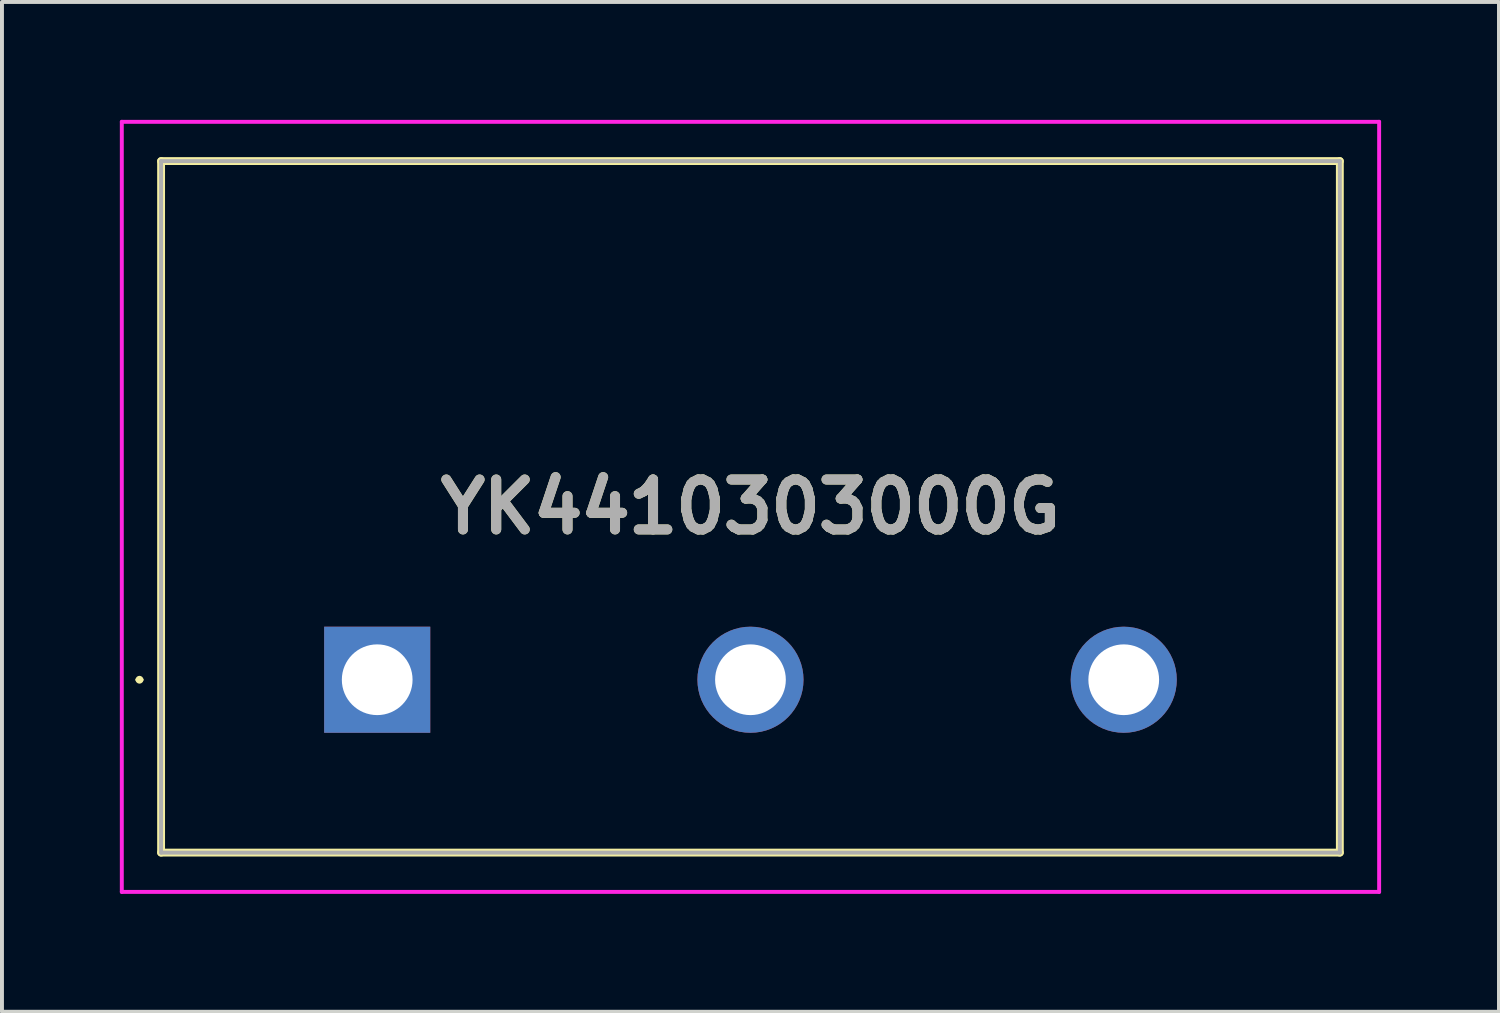
<source format=kicad_pcb>
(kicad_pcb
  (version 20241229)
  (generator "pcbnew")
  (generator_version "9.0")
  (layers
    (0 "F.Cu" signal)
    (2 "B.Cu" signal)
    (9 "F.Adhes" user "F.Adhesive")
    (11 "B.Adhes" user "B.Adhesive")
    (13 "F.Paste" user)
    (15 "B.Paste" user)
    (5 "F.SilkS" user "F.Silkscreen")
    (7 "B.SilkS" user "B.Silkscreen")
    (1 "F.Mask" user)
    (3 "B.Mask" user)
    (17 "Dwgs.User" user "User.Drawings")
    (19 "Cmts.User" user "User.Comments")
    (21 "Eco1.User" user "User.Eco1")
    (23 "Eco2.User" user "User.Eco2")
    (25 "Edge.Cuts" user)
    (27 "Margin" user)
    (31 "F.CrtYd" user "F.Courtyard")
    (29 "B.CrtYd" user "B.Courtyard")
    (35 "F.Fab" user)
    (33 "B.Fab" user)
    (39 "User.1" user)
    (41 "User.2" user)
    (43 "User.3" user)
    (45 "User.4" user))
  (footprint "YK4410303000G"
    (layer "F.Cu")
    (at 6.55 14.25)
    (property "Reference" "YK4410303000G" (at 9.5 -4.4 0) (layer "F.SilkS") (effects (font (size 1.27 1.27) (thickness 0.254))))
    (attr through_hole)
    (fp_line (start -6.1 0) (end -6.1 0) (stroke (width 0.1) (type solid)) (layer "F.SilkS"))
    (fp_line (start -6 0) (end -6 0) (stroke (width 0.1) (type solid)) (layer "F.SilkS"))
    (fp_line (start -5.5 -13.2) (end 24.5 -13.2) (stroke (width 0.2) (type solid)) (layer "F.SilkS"))
    (fp_line (start -5.5 4.4) (end -5.5 -13.2) (stroke (width 0.2) (type solid)) (layer "F.SilkS"))
    (fp_line (start 24.5 -13.2) (end 24.5 4.4) (stroke (width 0.2) (type solid)) (layer "F.SilkS"))
    (fp_line (start 24.5 4.4) (end -5.5 4.4) (stroke (width 0.2) (type solid)) (layer "F.SilkS"))
    (fp_arc (start -6.1 0) (mid -6.05 -0.05) (end -6 0) (stroke (width 0.1) (type solid)) (layer "F.SilkS"))
    (fp_arc (start -6 0) (mid -6.05 0.05) (end -6.1 0) (stroke (width 0.1) (type solid)) (layer "F.SilkS"))
    (fp_line (start -6.5 -14.2) (end 25.5 -14.2) (stroke (width 0.1) (type solid)) (layer "F.CrtYd"))
    (fp_line (start -6.5 5.4) (end -6.5 -14.2) (stroke (width 0.1) (type solid)) (layer "F.CrtYd"))
    (fp_line (start 25.5 -14.2) (end 25.5 5.4) (stroke (width 0.1) (type solid)) (layer "F.CrtYd"))
    (fp_line (start 25.5 5.4) (end -6.5 5.4) (stroke (width 0.1) (type solid)) (layer "F.CrtYd"))
    (fp_line (start -5.5 -13.2) (end 24.5 -13.2) (stroke (width 0.1) (type solid)) (layer "F.Fab"))
    (fp_line (start -5.5 4.4) (end -5.5 -13.2) (stroke (width 0.1) (type solid)) (layer "F.Fab"))
    (fp_line (start 24.5 -13.2) (end 24.5 4.4) (stroke (width 0.1) (type solid)) (layer "F.Fab"))
    (fp_line (start 24.5 4.4) (end -5.5 4.4) (stroke (width 0.1) (type solid)) (layer "F.Fab"))
    (fp_text user "${REFERENCE}" (at 9.5 -4.4 0) (layer "F.Fab") (effects (font (size 1.27 1.27) (thickness 0.254))))
    (pad "1" thru_hole rect (at 0 0) (size 2.7 2.7) (drill 1.8) (layers "*.Cu" "*.Mask"))
    (pad "2" thru_hole circle (at 9.5 0) (size 2.7 2.7) (drill 1.8) (layers "*.Cu" "*.Mask"))
    (pad "3" thru_hole circle (at 19 0) (size 2.7 2.7) (drill 1.8) (layers "*.Cu" "*.Mask")))
  (gr_rect
    (start -3 -3)
    (end 35.1 22.7)
    (stroke (width 0.1) (type default))
    (fill no)
    (layer "Edge.Cuts")))
</source>
